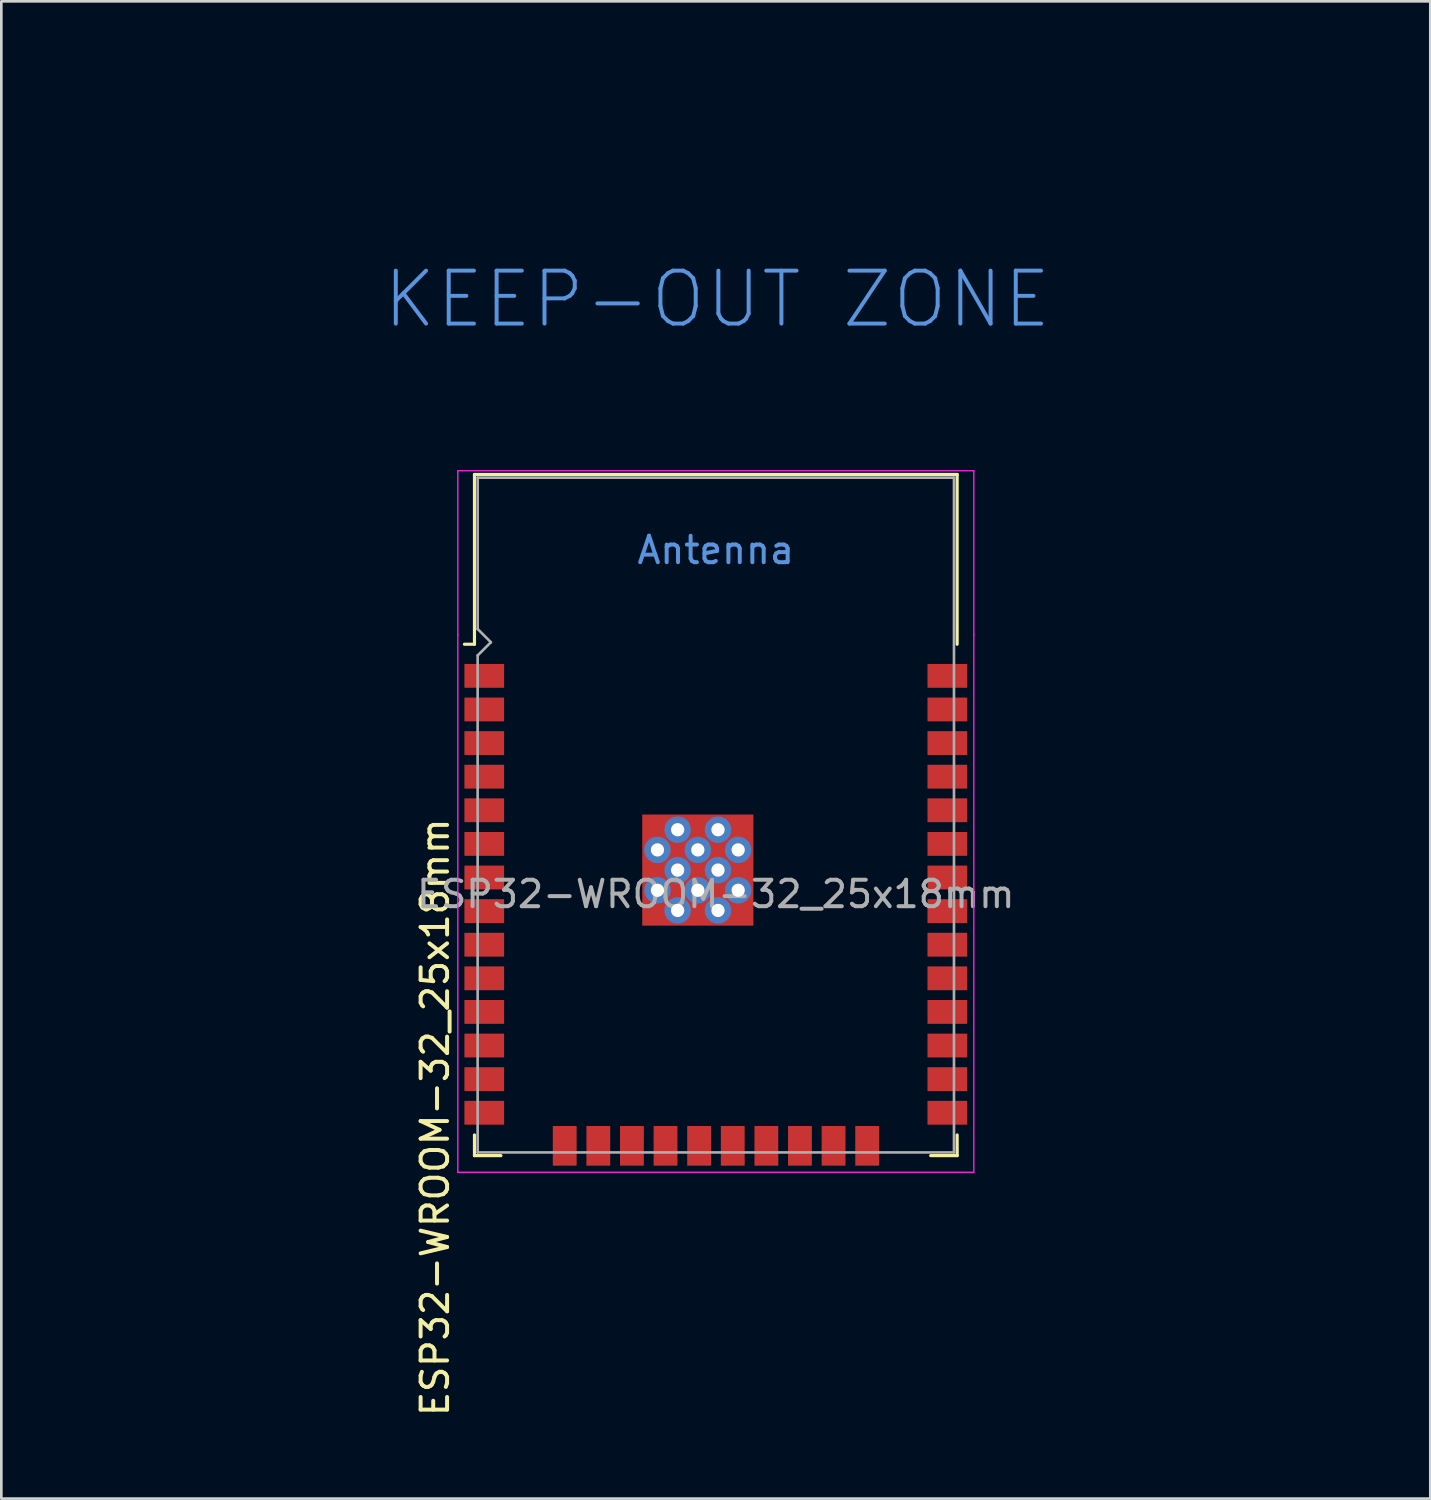
<source format=kicad_pcb>
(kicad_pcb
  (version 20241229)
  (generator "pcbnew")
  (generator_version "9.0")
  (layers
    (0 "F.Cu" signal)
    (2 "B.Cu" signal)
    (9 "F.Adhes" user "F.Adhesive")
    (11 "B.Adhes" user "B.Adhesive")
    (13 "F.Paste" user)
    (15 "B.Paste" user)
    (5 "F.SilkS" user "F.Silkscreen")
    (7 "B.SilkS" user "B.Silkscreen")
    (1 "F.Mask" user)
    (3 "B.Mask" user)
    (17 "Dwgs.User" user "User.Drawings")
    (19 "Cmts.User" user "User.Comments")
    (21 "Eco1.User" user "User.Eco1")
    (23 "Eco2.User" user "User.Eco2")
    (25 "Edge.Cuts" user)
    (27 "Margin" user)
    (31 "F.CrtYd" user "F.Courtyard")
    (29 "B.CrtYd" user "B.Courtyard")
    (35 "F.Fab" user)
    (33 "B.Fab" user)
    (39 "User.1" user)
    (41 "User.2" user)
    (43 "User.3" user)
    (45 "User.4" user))
  (footprint "ESP32-WROOM-32_25x18mm"
    (layer "F.Cu")
    (at 24 30.74)
    (property "Reference" "ESP32-WROOM-32_25x18mm" (at -10.61 8.43 90) (layer "F.SilkS") (effects (font (size 1 1) (thickness 0.15))))
    (attr smd)
    (fp_line (start -9.12 -15.86) (end -9.12 -9.445) (stroke (width 0.12) (type solid)) (layer "F.SilkS"))
    (fp_line (start -9.12 -15.86) (end 9.12 -15.86) (stroke (width 0.12) (type solid)) (layer "F.SilkS"))
    (fp_line (start -9.12 -9.445) (end -9.5 -9.445) (stroke (width 0.12) (type solid)) (layer "F.SilkS"))
    (fp_line (start -9.12 9.1) (end -9.12 9.88) (stroke (width 0.12) (type solid)) (layer "F.SilkS"))
    (fp_line (start -9.12 9.88) (end -8.12 9.88) (stroke (width 0.12) (type solid)) (layer "F.SilkS"))
    (fp_line (start 9.12 -15.86) (end 9.12 -9.445) (stroke (width 0.12) (type solid)) (layer "F.SilkS"))
    (fp_line (start 9.12 9.1) (end 9.12 9.88) (stroke (width 0.12) (type solid)) (layer "F.SilkS"))
    (fp_line (start 9.12 9.88) (end 8.12 9.88) (stroke (width 0.12) (type solid)) (layer "F.SilkS"))
    (fp_line (start -9.75 -16) (end -9.75 -9.8) (stroke (width 0.05) (type solid)) (layer "F.CrtYd"))
    (fp_line (start -9.75 10.51) (end -9.75 -9.8) (stroke (width 0.05) (type solid)) (layer "F.CrtYd"))
    (fp_line (start -9.75 10.51) (end 9.75 10.51) (stroke (width 0.05) (type solid)) (layer "F.CrtYd"))
    (fp_line (start 9.75 -16) (end -9.75 -16) (stroke (width 0.05) (type solid)) (layer "F.CrtYd"))
    (fp_line (start 9.75 -9.8) (end 9.75 -16) (stroke (width 0.05) (type solid)) (layer "F.CrtYd"))
    (fp_line (start 9.75 -9.8) (end 9.75 10.51) (stroke (width 0.05) (type solid)) (layer "F.CrtYd"))
    (fp_line (start -9 -15.74) (end -9 -10.02) (stroke (width 0.1) (type solid)) (layer "F.Fab"))
    (fp_line (start -9 -15.74) (end 9 -15.74) (stroke (width 0.1) (type solid)) (layer "F.Fab"))
    (fp_line (start -9 -9.02) (end -9 9.76) (stroke (width 0.1) (type solid)) (layer "F.Fab"))
    (fp_line (start -9 -9.02) (end -8.5 -9.52) (stroke (width 0.1) (type solid)) (layer "F.Fab"))
    (fp_line (start -9 9.76) (end 9 9.76) (stroke (width 0.1) (type solid)) (layer "F.Fab"))
    (fp_line (start -8.5 -9.52) (end -9 -10.02) (stroke (width 0.1) (type solid)) (layer "F.Fab"))
    (fp_line (start 9 9.76) (end 9 -15.74) (stroke (width 0.1) (type solid)) (layer "F.Fab"))
    (fp_text user "KEEP-OUT ZONE" (at 0.05 -22.48 0) (layer "Cmts.User") (effects (font (size 2 2) (thickness 0.15))))
    (fp_text user "Antenna" (at 0 -13 0) (layer "Cmts.User") (effects (font (size 1 1) (thickness 0.15))))
    (fp_text user "${REFERENCE}" (at 0 0 0) (layer "F.Fab") (effects (font (size 1 1) (thickness 0.15))))
    (pad "0" smd rect (at 8.75 8.26) (size 1.5 0.9) (layers "F.Cu" "F.Mask" "F.Paste"))
    (pad "1" smd rect (at 8.75 -4.44) (size 1.5 0.9) (layers "F.Cu" "F.Mask" "F.Paste"))
    (pad "2" smd rect (at 5.72 9.51 90) (size 1.5 0.9) (layers "F.Cu" "F.Mask" "F.Paste"))
    (pad "3" smd rect (at 8.75 -3.17) (size 1.5 0.9) (layers "F.Cu" "F.Mask" "F.Paste"))
    (pad "4" smd rect (at 8.75 6.99) (size 1.5 0.9) (layers "F.Cu" "F.Mask" "F.Paste"))
    (pad "5" smd rect (at 8.75 3.18) (size 1.5 0.9) (layers "F.Cu" "F.Mask" "F.Paste"))
    (pad "6" smd rect (at 0.64 9.51 90) (size 1.5 0.9) (layers "F.Cu" "F.Mask" "F.Paste"))
    (pad "7" smd rect (at 1.91 9.51 90) (size 1.5 0.9) (layers "F.Cu" "F.Mask" "F.Paste"))
    (pad "8" smd rect (at 3.18 9.51 90) (size 1.5 0.9) (layers "F.Cu" "F.Mask" "F.Paste"))
    (pad "9" smd rect (at -3.17 9.51 90) (size 1.5 0.9) (layers "F.Cu" "F.Mask" "F.Paste"))
    (pad "10" smd rect (at -1.9 9.51 90) (size 1.5 0.9) (layers "F.Cu" "F.Mask" "F.Paste"))
    (pad "11" smd rect (at -0.63 9.51 90) (size 1.5 0.9) (layers "F.Cu" "F.Mask" "F.Paste"))
    (pad "12" smd rect (at -8.75 8.26) (size 1.5 0.9) (layers "F.Cu" "F.Mask" "F.Paste"))
    (pad "13" smd rect (at -4.44 9.51 90) (size 1.5 0.9) (layers "F.Cu" "F.Mask" "F.Paste"))
    (pad "14" smd rect (at -8.75 6.99) (size 1.5 0.9) (layers "F.Cu" "F.Mask" "F.Paste"))
    (pad "15" smd rect (at 4.45 9.51 90) (size 1.5 0.9) (layers "F.Cu" "F.Mask" "F.Paste"))
    (pad "16" smd rect (at 8.75 5.72) (size 1.5 0.9) (layers "F.Cu" "F.Mask" "F.Paste"))
    (pad "17" smd rect (at 8.75 4.45) (size 1.5 0.9) (layers "F.Cu" "F.Mask" "F.Paste"))
    (pad "18" smd rect (at 8.75 1.91) (size 1.5 0.9) (layers "F.Cu" "F.Mask" "F.Paste"))
    (pad "19" smd rect (at 8.75 0.64) (size 1.5 0.9) (layers "F.Cu" "F.Mask" "F.Paste"))
    (pad "21" smd rect (at 8.75 -1.9) (size 1.5 0.9) (layers "F.Cu" "F.Mask" "F.Paste"))
    (pad "22" smd rect (at 8.75 -5.71) (size 1.5 0.9) (layers "F.Cu" "F.Mask" "F.Paste"))
    (pad "23" smd rect (at 8.75 -6.98) (size 1.5 0.9) (layers "F.Cu" "F.Mask" "F.Paste"))
    (pad "25" smd rect (at -8.75 3.18) (size 1.5 0.9) (layers "F.Cu" "F.Mask" "F.Paste"))
    (pad "26" smd rect (at -8.75 4.45) (size 1.5 0.9) (layers "F.Cu" "F.Mask" "F.Paste"))
    (pad "27" smd rect (at -8.75 5.72) (size 1.5 0.9) (layers "F.Cu" "F.Mask" "F.Paste"))
    (pad "32" smd rect (at -8.75 0.64) (size 1.5 0.9) (layers "F.Cu" "F.Mask" "F.Paste"))
    (pad "33" smd rect (at -8.75 1.91) (size 1.5 0.9) (layers "F.Cu" "F.Mask" "F.Paste"))
    (pad "34" smd rect (at -8.75 -1.9) (size 1.5 0.9) (layers "F.Cu" "F.Mask" "F.Paste"))
    (pad "35" smd rect (at -8.75 -0.63) (size 1.5 0.9) (layers "F.Cu" "F.Mask" "F.Paste"))
    (pad "36" smd rect (at -8.75 -4.44) (size 1.5 0.9) (layers "F.Cu" "F.Mask" "F.Paste"))
    (pad "39" smd rect (at -8.75 -3.17) (size 1.5 0.9) (layers "F.Cu" "F.Mask" "F.Paste"))
    (pad "99" smd rect (at 8.75 -0.63) (size 1.5 0.9) (layers "F.Cu" "F.Mask" "F.Paste"))
    (pad "120" smd rect (at -8.75 -8.25) (size 1.5 0.9) (layers "F.Cu" "F.Mask" "F.Paste"))
    (pad "210" smd rect (at -5.71 9.51 90) (size 1.5 0.9) (layers "F.Cu" "F.Mask" "F.Paste"))
    (pad "230" smd rect (at -2.205 -2.435) (size 1.05 1.05) (layers "F.Cu" "F.Paste"))
    (pad "230" thru_hole circle (at -2.205 -1.673) (size 1 1) (drill 0.5) (property pad_prop_heatsink) (layers "*.Cu" "F.Mask"))
    (pad "230" smd rect (at -2.205 -0.91) (size 1.05 1.05) (layers "F.Cu" "F.Paste"))
    (pad "230" thru_hole circle (at -2.205 -0.147) (size 1 1) (drill 0.5) (property pad_prop_heatsink) (layers "*.Cu" "F.Mask"))
    (pad "230" smd rect (at -2.205 0.615) (size 1.05 1.05) (layers "F.Cu" "F.Paste"))
    (pad "230" thru_hole circle (at -1.442 -2.435) (size 1 1) (drill 0.5) (property pad_prop_heatsink) (layers "*.Cu" "F.Mask"))
    (pad "230" thru_hole circle (at -1.442 -0.91) (size 1 1) (drill 0.5) (property pad_prop_heatsink) (layers "*.Cu" "F.Mask"))
    (pad "230" thru_hole circle (at -1.442 0.615 90) (size 1 1) (drill 0.5) (property pad_prop_heatsink) (layers "*.Cu" "F.Mask"))
    (pad "230" smd rect (at -0.68 -2.435) (size 1.05 1.05) (layers "F.Cu" "F.Paste"))
    (pad "230" thru_hole circle (at -0.68 -1.673) (size 1 1) (drill 0.5) (property pad_prop_heatsink) (layers "*.Cu" "F.Mask"))
    (pad "230" smd rect (at -0.68 -0.91) (size 1.05 1.05) (layers "F.Cu" "F.Paste"))
    (pad "230" smd rect (at -0.68 -0.91) (size 4.2 4.2) (layers "F.Cu" "F.Mask"))
    (pad "230" thru_hole circle (at -0.68 -0.147) (size 1 1) (drill 0.5) (property pad_prop_heatsink) (layers "*.Cu" "F.Mask"))
    (pad "230" smd rect (at -0.68 0.615) (size 1.05 1.05) (layers "F.Cu" "F.Paste"))
    (pad "230" thru_hole circle (at 0.083 -2.435) (size 1 1) (drill 0.5) (property pad_prop_heatsink) (layers "*.Cu" "F.Mask"))
    (pad "230" thru_hole circle (at 0.083 -0.91) (size 1 1) (drill 0.5) (property pad_prop_heatsink) (layers "*.Cu" "F.Mask"))
    (pad "230" thru_hole circle (at 0.083 0.615) (size 1 1) (drill 0.5) (property pad_prop_heatsink) (layers "*.Cu" "F.Mask"))
    (pad "230" smd rect (at 0.845 -2.435) (size 1.05 1.05) (layers "F.Cu" "F.Paste"))
    (pad "230" thru_hole circle (at 0.845 -1.673) (size 1 1) (drill 0.5) (property pad_prop_heatsink) (layers "*.Cu" "F.Mask"))
    (pad "230" smd rect (at 0.845 -0.91) (size 1.05 1.05) (layers "F.Cu" "F.Paste"))
    (pad "230" thru_hole circle (at 0.845 -0.147 90) (size 1 1) (drill 0.5) (property pad_prop_heatsink) (layers "*.Cu" "F.Mask"))
    (pad "230" smd rect (at 0.845 0.615) (size 1.05 1.05) (layers "F.Cu" "F.Paste"))
    (pad "230" smd rect (at 8.75 -8.25) (size 1.5 0.9) (layers "F.Cu" "F.Mask" "F.Paste"))
    (pad "360" smd rect (at -8.75 -5.71) (size 1.5 0.9) (layers "F.Cu" "F.Mask" "F.Paste"))
    (pad "361" smd rect (at -8.75 -6.98) (size 1.5 0.9) (layers "F.Cu" "F.Mask" "F.Paste"))
    (zone (net_name "") (layers "F.Cu" "B.Cu") (hatch full 0.508) (connect_pads) (min_thickness 0.254) (filled_areas_thickness no) (keepout (tracks allowed) (vias not_allowed) (pads not_allowed) (copperpour not_allowed) (footprints not_allowed)) (placement (enabled no)) (fill) (polygon (pts (xy 0 20.94) (xy 48 20.94) (xy 48 0) (xy 0 0)))))
  (gr_rect
    (start -3 -3)
    (end 51 53.581)
    (stroke (width 0.1) (type default))
    (fill no)
    (layer "Edge.Cuts")))
</source>
